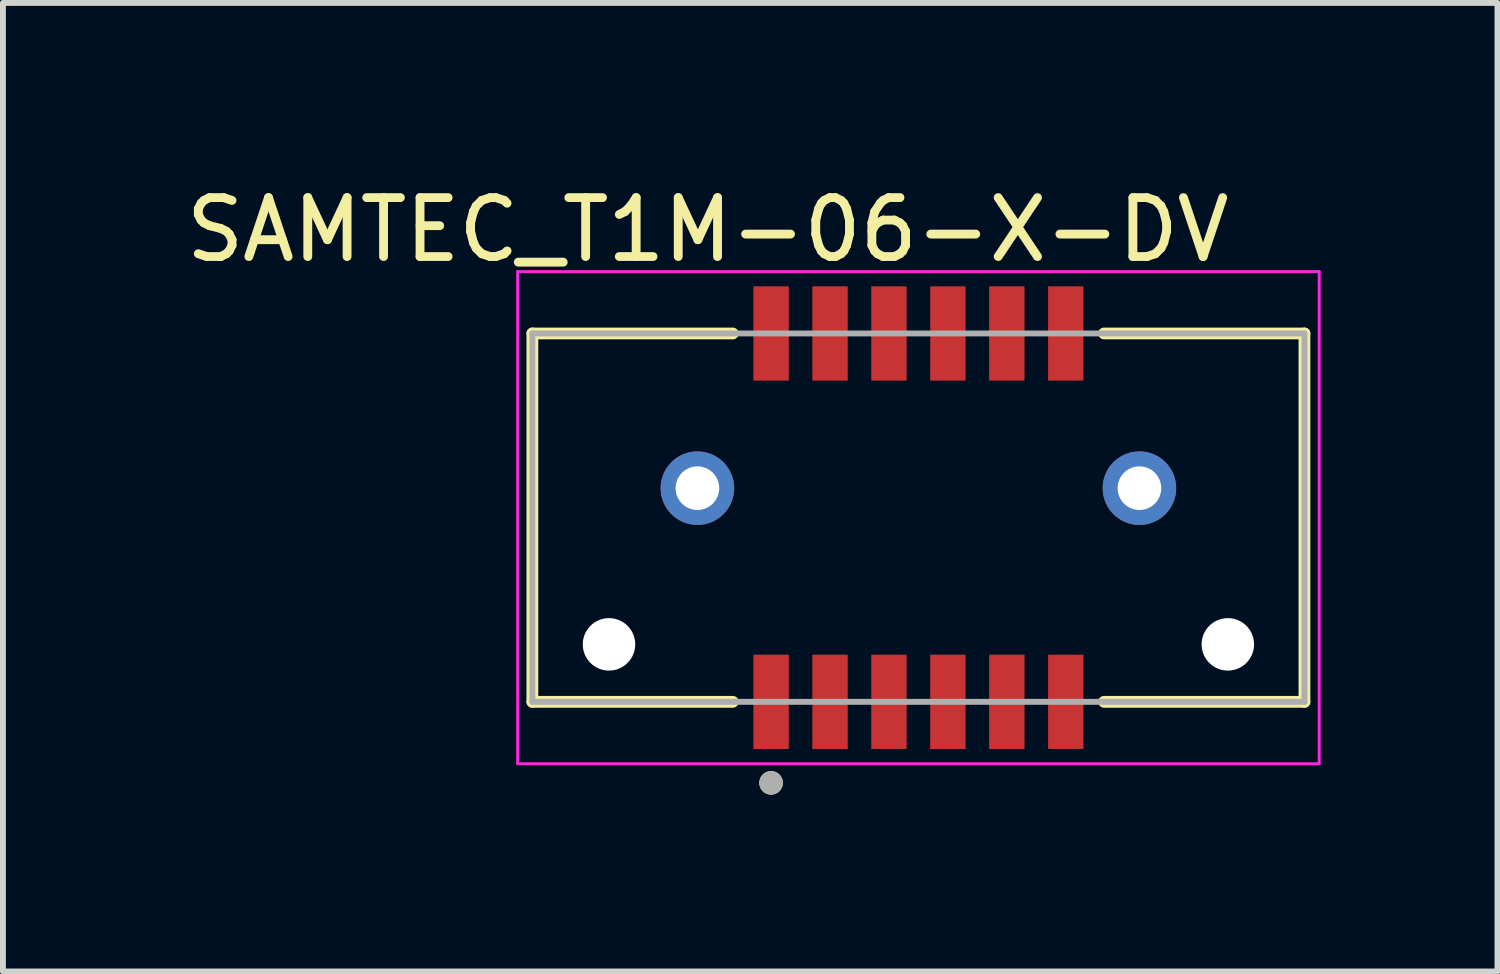
<source format=kicad_pcb>
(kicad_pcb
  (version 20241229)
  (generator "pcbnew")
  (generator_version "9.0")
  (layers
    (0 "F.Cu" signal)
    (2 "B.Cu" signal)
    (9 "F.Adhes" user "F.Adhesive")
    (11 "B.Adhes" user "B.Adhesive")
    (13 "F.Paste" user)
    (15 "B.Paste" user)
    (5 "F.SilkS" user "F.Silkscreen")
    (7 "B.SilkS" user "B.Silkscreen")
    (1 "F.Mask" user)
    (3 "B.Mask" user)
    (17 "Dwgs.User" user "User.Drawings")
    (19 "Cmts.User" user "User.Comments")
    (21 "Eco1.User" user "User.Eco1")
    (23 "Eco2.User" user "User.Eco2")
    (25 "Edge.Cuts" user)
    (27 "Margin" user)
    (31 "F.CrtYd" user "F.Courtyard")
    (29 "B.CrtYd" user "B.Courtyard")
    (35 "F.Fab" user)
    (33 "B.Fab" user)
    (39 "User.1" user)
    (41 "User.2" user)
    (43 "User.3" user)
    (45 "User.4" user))
  (footprint "SAMTEC_T1M-06-X-DV"
    (layer "F.Cu")
    (at 12.533 5.733)
    (property "Reference" "SAMTEC_T1M-06-X-DV" (at -3.575 -4.885 0) (layer "F.SilkS") (effects (font (size 1 1) (thickness 0.15))))
    (attr through_hole)
    (fp_line (start -6.55 -3.125) (end -3.15 -3.125) (stroke (width 0.2) (type solid)) (layer "F.SilkS"))
    (fp_line (start -6.55 3.125) (end -6.55 -3.125) (stroke (width 0.2) (type solid)) (layer "F.SilkS"))
    (fp_line (start -6.55 3.125) (end -3.15 3.125) (stroke (width 0.2) (type solid)) (layer "F.SilkS"))
    (fp_line (start 3.15 -3.125) (end 6.55 -3.125) (stroke (width 0.2) (type solid)) (layer "F.SilkS"))
    (fp_line (start 3.15 3.125) (end 6.55 3.125) (stroke (width 0.2) (type solid)) (layer "F.SilkS"))
    (fp_line (start 6.55 -3.125) (end 6.55 3.125) (stroke (width 0.2) (type solid)) (layer "F.SilkS"))
    (fp_circle (center -2.5 4.5) (end -2.4 4.5) (stroke (width 0.2) (type solid)) (fill no) (layer "F.SilkS"))
    (fp_line (start -6.8 -4.175) (end -6.8 4.175) (stroke (width 0.05) (type solid)) (layer "F.CrtYd"))
    (fp_line (start -6.8 4.175) (end 6.8 4.175) (stroke (width 0.05) (type solid)) (layer "F.CrtYd"))
    (fp_line (start 6.8 -4.175) (end -6.8 -4.175) (stroke (width 0.05) (type solid)) (layer "F.CrtYd"))
    (fp_line (start 6.8 4.175) (end 6.8 -4.175) (stroke (width 0.05) (type solid)) (layer "F.CrtYd"))
    (fp_line (start -6.55 -3.125) (end 6.55 -3.125) (stroke (width 0.1) (type solid)) (layer "F.Fab"))
    (fp_line (start -6.55 3.125) (end -6.55 -3.125) (stroke (width 0.1) (type solid)) (layer "F.Fab"))
    (fp_line (start 6.55 -3.125) (end 6.55 3.125) (stroke (width 0.1) (type solid)) (layer "F.Fab"))
    (fp_line (start 6.55 3.125) (end -6.55 3.125) (stroke (width 0.1) (type solid)) (layer "F.Fab"))
    (fp_circle (center -2.5 4.5) (end -2.4 4.5) (stroke (width 0.2) (type solid)) (fill no) (layer "F.Fab"))
    (pad "" np_thru_hole circle (at -5.25 2.15) (size 0.89 0.89) (drill 0.89) (layers "*.Cu" "*.Mask"))
    (pad "" np_thru_hole circle (at 5.25 2.15) (size 0.89 0.89) (drill 0.89) (layers "*.Cu" "*.Mask"))
    (pad "01" smd rect (at -2.5 3.125) (size 0.6 1.6) (layers "F.Cu" "F.Mask" "F.Paste"))
    (pad "02" smd rect (at -2.5 -3.125) (size 0.6 1.6) (layers "F.Cu" "F.Mask" "F.Paste"))
    (pad "03" smd rect (at -1.5 3.125) (size 0.6 1.6) (layers "F.Cu" "F.Mask" "F.Paste"))
    (pad "04" smd rect (at -1.5 -3.125) (size 0.6 1.6) (layers "F.Cu" "F.Mask" "F.Paste"))
    (pad "05" smd rect (at -0.5 3.125) (size 0.6 1.6) (layers "F.Cu" "F.Mask" "F.Paste"))
    (pad "06" smd rect (at -0.5 -3.125) (size 0.6 1.6) (layers "F.Cu" "F.Mask" "F.Paste"))
    (pad "07" smd rect (at 0.5 3.125) (size 0.6 1.6) (layers "F.Cu" "F.Mask" "F.Paste"))
    (pad "08" smd rect (at 0.5 -3.125) (size 0.6 1.6) (layers "F.Cu" "F.Mask" "F.Paste"))
    (pad "09" smd rect (at 1.5 3.125) (size 0.6 1.6) (layers "F.Cu" "F.Mask" "F.Paste"))
    (pad "10" smd rect (at 1.5 -3.125) (size 0.6 1.6) (layers "F.Cu" "F.Mask" "F.Paste"))
    (pad "11" smd rect (at 2.5 3.125) (size 0.6 1.6) (layers "F.Cu" "F.Mask" "F.Paste"))
    (pad "12" smd rect (at 2.5 -3.125) (size 0.6 1.6) (layers "F.Cu" "F.Mask" "F.Paste"))
    (pad "S1" thru_hole circle (at -3.75 -0.5) (size 1.248 1.248) (drill 0.74) (layers "*.Cu" "*.Mask"))
    (pad "S2" thru_hole circle (at 3.75 -0.5) (size 1.248 1.248) (drill 0.74) (layers "*.Cu" "*.Mask")))
  (gr_rect
    (start -3 -3)
    (end 22.358 13.433)
    (stroke (width 0.1) (type default))
    (fill no)
    (layer "Edge.Cuts")))
</source>
